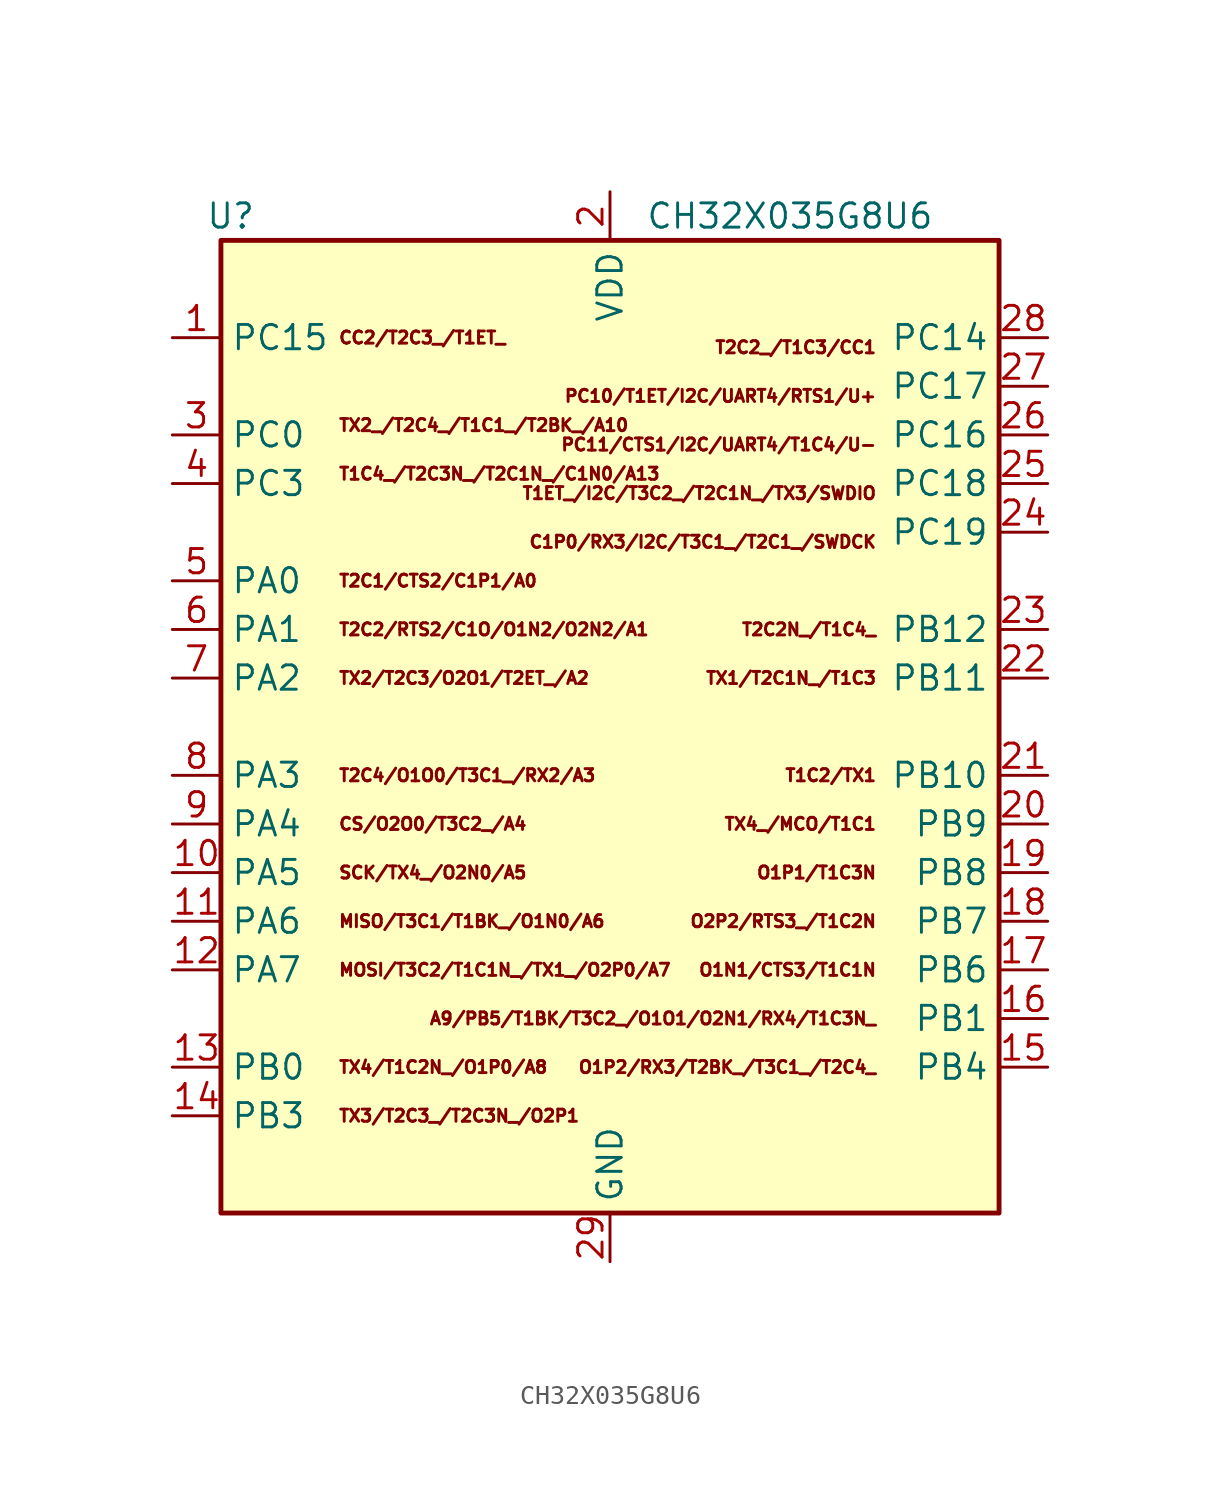
<source format=kicad_sym>
(kicad_symbol_lib
  (version 20231120)
  (generator "kicad_symbol_editor")
  (generator_version "8.0")
  (symbol "CH32X035G8U6"
    (property "Reference" "U"
      (at -19.812 26.67 0)
      (effects (font (size 1.27 1.27))))
    (property "Value" "CH32X035G8U6"
      (at 9.398 26.67 0)
      (effects (font (size 1.27 1.27))))
    (symbol "CH32X035G8U6_0_1"
      (rectangle (start -20.32 25.4) (end 20.32 -25.4) (stroke (width 0.254) (type default)) (fill (type background))))
    (symbol "CH32X035G8U6_1_1"
      (text "A9/PB5/T1BK/T3C2_/O1O1/O2N1/RX4/T1C3N_" (at 13.97 -15.24 0) (effects (font (size 0.635 0.635)) (justify right)))
      (text "C1P0/RX3/I2C/T3C1_/T2C1_/SWDCK" (at 13.97 9.652 0) (effects (font (size 0.635 0.635)) (justify right)))
      (text "CC2/T2C3_/T1ET_" (at -14.224 20.32 0) (effects (font (size 0.635 0.635)) (justify left)))
      (text "CS/O2O0/T3C2_/A4" (at -14.224 -5.08 0) (effects (font (size 0.635 0.635)) (justify left)))
      (text "MISO/T3C1/T1BK_/O1N0/A6" (at -14.224 -10.16 0) (effects (font (size 0.635 0.635)) (justify left)))
      (text "MOSI/T3C2/T1C1N_/TX1_/O2P0/A7" (at -14.224 -12.7 0) (effects (font (size 0.635 0.635)) (justify left)))
      (text "O1N1/CTS3/T1C1N" (at 13.97 -12.7 0) (effects (font (size 0.635 0.635)) (justify right)))
      (text "O1P1/T1C3N" (at 13.97 -7.62 0) (effects (font (size 0.635 0.635)) (justify right)))
      (text "O1P2/RX3/T2BK_/T3C1_/T2C4_" (at 13.97 -17.78 0) (effects (font (size 0.635 0.635)) (justify right)))
      (text "O2P2/RTS3_/T1C2N" (at 13.97 -10.16 0) (effects (font (size 0.635 0.635)) (justify right)))
      (text "PC10/T1ET/I2C/UART4/RTS1/U+" (at 13.97 17.272 0) (effects (font (size 0.635 0.635)) (justify right)))
      (text "PC11/CTS1/I2C/UART4/T1C4/U-" (at 13.97 14.732 0) (effects (font (size 0.635 0.635)) (justify right)))
      (text "SCK/TX4_/O2N0/A5" (at -14.224 -7.62 0) (effects (font (size 0.635 0.635)) (justify left)))
      (text "T1C2/TX1" (at 13.97 -2.54 0) (effects (font (size 0.635 0.635)) (justify right)))
      (text "T1C4_/T2C3N_/T2C1N_/C1N0/A13" (at -14.224 13.208 0) (effects (font (size 0.635 0.635)) (justify left)))
      (text "T1ET_/I2C/T3C2_/T2C1N_/TX3/SWDIO" (at 13.97 12.192 0) (effects (font (size 0.635 0.635)) (justify right)))
      (text "T2C1/CTS2/C1P1/A0" (at -14.224 7.62 0) (effects (font (size 0.635 0.635)) (justify left)))
      (text "T2C2/RTS2/C1O/O1N2/O2N2/A1" (at -14.224 5.08 0) (effects (font (size 0.635 0.635)) (justify left)))
      (text "T2C2_/T1C3/CC1" (at 13.97 19.812 0) (effects (font (size 0.635 0.635)) (justify right)))
      (text "T2C2N_/T1C4_" (at 13.97 5.08 0) (effects (font (size 0.635 0.635)) (justify right)))
      (text "T2C4/O1O0/T3C1_/RX2/A3" (at -14.224 -2.54 0) (effects (font (size 0.635 0.635)) (justify left)))
      (text "TX1/T2C1N_/T1C3" (at 13.97 2.54 0) (effects (font (size 0.635 0.635)) (justify right)))
      (text "TX2/T2C3/O2O1/T2ET_/A2" (at -14.224 2.54 0) (effects (font (size 0.635 0.635)) (justify left)))
      (text "TX2_/T2C4_/T1C1_/T2BK_/A10" (at -14.224 15.748 0) (effects (font (size 0.635 0.635)) (justify left)))
      (text "TX3/T2C3_/T2C3N_/O2P1" (at -14.224 -20.32 0) (effects (font (size 0.635 0.635)) (justify left)))
      (text "TX4/T1C2N_/O1P0/A8" (at -14.224 -17.78 0) (effects (font (size 0.635 0.635)) (justify left)))
      (text "TX4_/MCO/T1C1" (at 13.97 -5.08 0) (effects (font (size 0.635 0.635)) (justify right)))
      (pin bidirectional line (at -22.86 20.32 0) (length 2.54) (name "PC15" (effects (font (size 1.27 1.27)))) (number "1" (effects (font (size 1.27 1.27)))))
      (pin bidirectional line (at -22.86 -7.62 0) (length 2.54) (name "PA5" (effects (font (size 1.27 1.27)))) (number "10" (effects (font (size 1.27 1.27)))))
      (pin bidirectional line (at -22.86 -10.16 0) (length 2.54) (name "PA6" (effects (font (size 1.27 1.27)))) (number "11" (effects (font (size 1.27 1.27)))))
      (pin bidirectional line (at -22.86 -12.7 0) (length 2.54) (name "PA7" (effects (font (size 1.27 1.27)))) (number "12" (effects (font (size 1.27 1.27)))))
      (pin bidirectional line (at -22.86 -17.78 0) (length 2.54) (name "PB0" (effects (font (size 1.27 1.27)))) (number "13" (effects (font (size 1.27 1.27)))))
      (pin bidirectional line (at -22.86 -20.32 0) (length 2.54) (name "PB3" (effects (font (size 1.27 1.27)))) (number "14" (effects (font (size 1.27 1.27)))))
      (pin bidirectional line (at 22.86 -17.78 180) (length 2.54) (name "PB4" (effects (font (size 1.27 1.27)))) (number "15" (effects (font (size 1.27 1.27)))))
      (pin bidirectional line (at 22.86 -15.24 180) (length 2.54) (name "PB1" (effects (font (size 1.27 1.27)))) (number "16" (effects (font (size 1.27 1.27)))))
      (pin bidirectional line (at 22.86 -12.7 180) (length 2.54) (name "PB6" (effects (font (size 1.27 1.27)))) (number "17" (effects (font (size 1.27 1.27)))))
      (pin bidirectional line (at 22.86 -10.16 180) (length 2.54) (name "PB7" (effects (font (size 1.27 1.27)))) (number "18" (effects (font (size 1.27 1.27)))))
      (pin bidirectional line (at 22.86 -7.62 180) (length 2.54) (name "PB8" (effects (font (size 1.27 1.27)))) (number "19" (effects (font (size 1.27 1.27)))))
      (pin power_in line (at 0 27.94 270) (length 2.54) (name "VDD" (effects (font (size 1.27 1.27)))) (number "2" (effects (font (size 1.27 1.27)))))
      (pin bidirectional line (at 22.86 -5.08 180) (length 2.54) (name "PB9" (effects (font (size 1.27 1.27)))) (number "20" (effects (font (size 1.27 1.27)))))
      (pin bidirectional line (at 22.86 -2.54 180) (length 2.54) (name "PB10" (effects (font (size 1.27 1.27)))) (number "21" (effects (font (size 1.27 1.27)))))
      (pin bidirectional line (at 22.86 2.54 180) (length 2.54) (name "PB11" (effects (font (size 1.27 1.27)))) (number "22" (effects (font (size 1.27 1.27)))))
      (pin bidirectional line (at 22.86 5.08 180) (length 2.54) (name "PB12" (effects (font (size 1.27 1.27)))) (number "23" (effects (font (size 1.27 1.27)))))
      (pin bidirectional line (at 22.86 10.16 180) (length 2.54) (name "PC19" (effects (font (size 1.27 1.27)))) (number "24" (effects (font (size 1.27 1.27)))))
      (pin bidirectional line (at 22.86 12.7 180) (length 2.54) (name "PC18" (effects (font (size 1.27 1.27)))) (number "25" (effects (font (size 1.27 1.27)))))
      (pin bidirectional line (at 22.86 15.24 180) (length 2.54) (name "PC16" (effects (font (size 1.27 1.27)))) (number "26" (effects (font (size 1.27 1.27)))))
      (pin bidirectional line (at 22.86 17.78 180) (length 2.54) (name "PC17" (effects (font (size 1.27 1.27)))) (number "27" (effects (font (size 1.27 1.27)))))
      (pin bidirectional line (at 22.86 20.32 180) (length 2.54) (name "PC14" (effects (font (size 1.27 1.27)))) (number "28" (effects (font (size 1.27 1.27)))))
      (pin power_in line (at 0 -27.94 90) (length 2.54) (name "GND" (effects (font (size 1.27 1.27)))) (number "29" (effects (font (size 1.27 1.27)))))
      (pin bidirectional line (at -22.86 15.24 0) (length 2.54) (name "PC0" (effects (font (size 1.27 1.27)))) (number "3" (effects (font (size 1.27 1.27)))))
      (pin bidirectional line (at -22.86 12.7 0) (length 2.54) (name "PC3" (effects (font (size 1.27 1.27)))) (number "4" (effects (font (size 1.27 1.27)))))
      (pin bidirectional line (at -22.86 7.62 0) (length 2.54) (name "PA0" (effects (font (size 1.27 1.27)))) (number "5" (effects (font (size 1.27 1.27)))))
      (pin bidirectional line (at -22.86 5.08 0) (length 2.54) (name "PA1" (effects (font (size 1.27 1.27)))) (number "6" (effects (font (size 1.27 1.27)))))
      (pin bidirectional line (at -22.86 2.54 0) (length 2.54) (name "PA2" (effects (font (size 1.27 1.27)))) (number "7" (effects (font (size 1.27 1.27)))))
      (pin bidirectional line (at -22.86 -2.54 0) (length 2.54) (name "PA3" (effects (font (size 1.27 1.27)))) (number "8" (effects (font (size 1.27 1.27)))))
      (pin bidirectional line (at -22.86 -5.08 0) (length 2.54) (name "PA4" (effects (font (size 1.27 1.27)))) (number "9" (effects (font (size 1.27 1.27))))))))
</source>
